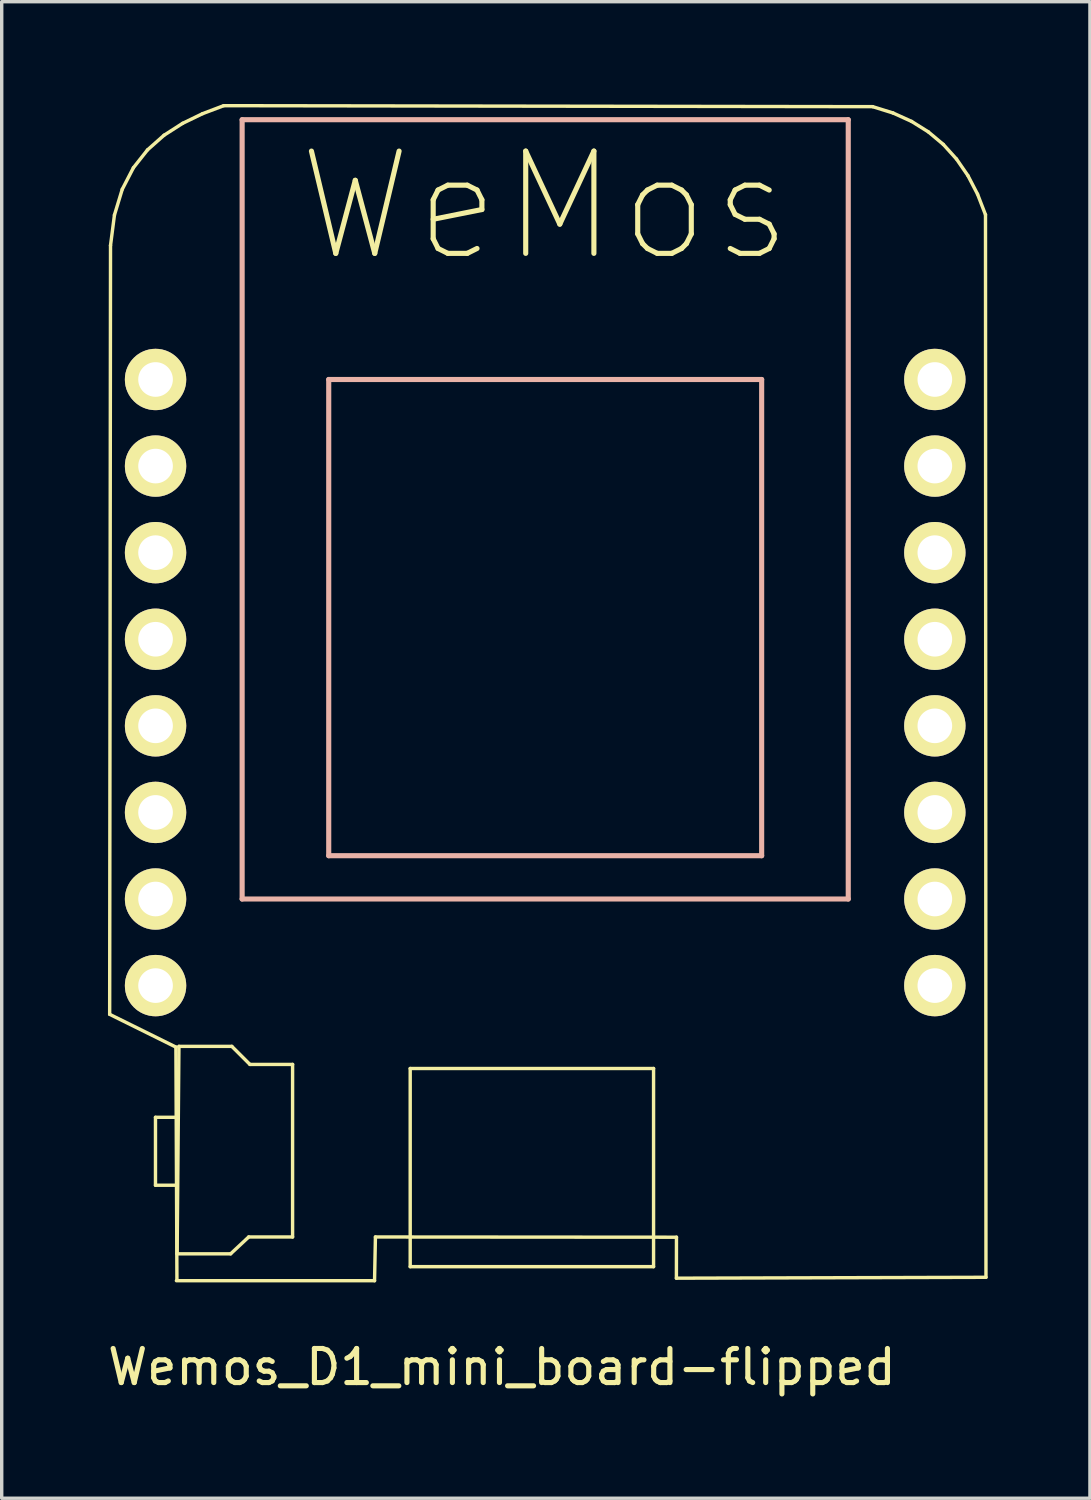
<source format=kicad_pcb>
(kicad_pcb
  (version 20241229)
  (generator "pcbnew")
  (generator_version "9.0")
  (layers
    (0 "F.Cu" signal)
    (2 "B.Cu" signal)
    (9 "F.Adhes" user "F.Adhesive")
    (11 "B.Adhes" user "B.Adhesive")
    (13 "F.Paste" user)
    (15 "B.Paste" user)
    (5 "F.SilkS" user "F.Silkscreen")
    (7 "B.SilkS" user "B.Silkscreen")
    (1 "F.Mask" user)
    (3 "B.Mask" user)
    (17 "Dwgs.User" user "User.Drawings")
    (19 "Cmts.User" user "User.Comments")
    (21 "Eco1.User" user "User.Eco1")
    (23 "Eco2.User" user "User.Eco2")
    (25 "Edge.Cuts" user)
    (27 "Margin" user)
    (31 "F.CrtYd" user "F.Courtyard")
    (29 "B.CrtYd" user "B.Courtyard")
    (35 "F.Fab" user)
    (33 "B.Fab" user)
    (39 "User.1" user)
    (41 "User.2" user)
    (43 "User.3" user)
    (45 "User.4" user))
  (footprint "Wemos_D1_mini_board-flipped"
    (layer "F.Cu")
    (at 11.749 15.245)
    (property "Reference" "Wemos_D1_mini_board-flipped" (at -0.076 21.807 0) (layer "F.SilkS") (effects (font (size 1 1) (thickness 0.15))))
    (attr through_hole)
    (fp_line (start -11.582 11.46) (end -9.639 12.421) (stroke (width 0.1) (type solid)) (layer "F.SilkS"))
    (fp_line (start -11.557 -11.095) (end -11.582 11.46) (stroke (width 0.1) (type solid)) (layer "F.SilkS"))
    (fp_line (start -11.442 -11.987) (end -11.557 -11.095) (stroke (width 0.1) (type solid)) (layer "F.SilkS"))
    (fp_line (start -11.213 -12.742) (end -11.442 -11.987) (stroke (width 0.1) (type solid)) (layer "F.SilkS"))
    (fp_line (start -10.886 -13.374) (end -11.213 -12.742) (stroke (width 0.1) (type solid)) (layer "F.SilkS"))
    (fp_line (start -10.473 -13.897) (end -10.886 -13.374) (stroke (width 0.1) (type solid)) (layer "F.SilkS"))
    (fp_line (start -10.238 14.481) (end -10.238 16.474) (stroke (width 0.1) (type solid)) (layer "F.SilkS"))
    (fp_line (start -10.238 16.474) (end -9.62 16.474) (stroke (width 0.1) (type solid)) (layer "F.SilkS"))
    (fp_line (start -9.988 -14.327) (end -10.473 -13.897) (stroke (width 0.1) (type solid)) (layer "F.SilkS"))
    (fp_line (start -9.639 12.421) (end -9.609 19.23) (stroke (width 0.1) (type solid)) (layer "F.SilkS"))
    (fp_line (start -9.624 19.274) (end -3.812 19.274) (stroke (width 0.1) (type solid)) (layer "F.SilkS"))
    (fp_line (start -9.603 18.485) (end -9.55 12.4) (stroke (width 0.1) (type solid)) (layer "F.SilkS"))
    (fp_line (start -9.585 14.481) (end -10.238 14.481) (stroke (width 0.1) (type solid)) (layer "F.SilkS"))
    (fp_line (start -9.55 12.4) (end -7.998 12.4) (stroke (width 0.1) (type solid)) (layer "F.SilkS"))
    (fp_line (start -9.444 -14.676) (end -9.988 -14.327) (stroke (width 0.1) (type solid)) (layer "F.SilkS"))
    (fp_line (start -8.856 -14.961) (end -9.444 -14.676) (stroke (width 0.1) (type solid)) (layer "F.SilkS"))
    (fp_line (start -8.237 -15.195) (end -8.856 -14.961) (stroke (width 0.1) (type solid)) (layer "F.SilkS"))
    (fp_line (start -8.033 18.485) (end -9.603 18.485) (stroke (width 0.1) (type solid)) (layer "F.SilkS"))
    (fp_line (start -7.998 12.4) (end -7.468 12.929) (stroke (width 0.1) (type solid)) (layer "F.SilkS"))
    (fp_line (start -7.504 17.991) (end -8.033 18.485) (stroke (width 0.1) (type solid)) (layer "F.SilkS"))
    (fp_line (start -7.468 12.929) (end -6.216 12.929) (stroke (width 0.1) (type solid)) (layer "F.SilkS"))
    (fp_line (start -6.216 12.929) (end -6.216 17.991) (stroke (width 0.1) (type solid)) (layer "F.SilkS"))
    (fp_line (start -6.216 17.991) (end -7.504 17.991) (stroke (width 0.1) (type solid)) (layer "F.SilkS"))
    (fp_line (start -3.812 19.274) (end -3.786 17.991) (stroke (width 0.1) (type solid)) (layer "F.SilkS"))
    (fp_line (start -3.786 17.991) (end 5.045 17.998) (stroke (width 0.1) (type solid)) (layer "F.SilkS"))
    (fp_line (start -2.766 13.049) (end -2.766 18.862) (stroke (width 0.1) (type solid)) (layer "F.SilkS"))
    (fp_line (start -2.766 18.862) (end 4.373 18.862) (stroke (width 0.1) (type solid)) (layer "F.SilkS"))
    (fp_line (start 4.373 13.049) (end -2.766 13.049) (stroke (width 0.1) (type solid)) (layer "F.SilkS"))
    (fp_line (start 4.373 18.862) (end 4.373 13.049) (stroke (width 0.1) (type solid)) (layer "F.SilkS"))
    (fp_line (start 5.043 19.2) (end 14.124 19.174) (stroke (width 0.1) (type solid)) (layer "F.SilkS"))
    (fp_line (start 5.045 17.998) (end 5.043 19.2) (stroke (width 0.1) (type solid)) (layer "F.SilkS"))
    (fp_line (start 10.801 -15.166) (end -8.237 -15.195) (stroke (width 0.1) (type solid)) (layer "F.SilkS"))
    (fp_line (start 11.399 -14.98) (end 10.801 -15.166) (stroke (width 0.1) (type solid)) (layer "F.SilkS"))
    (fp_line (start 11.943 -14.733) (end 11.399 -14.98) (stroke (width 0.1) (type solid)) (layer "F.SilkS"))
    (fp_line (start 12.434 -14.426) (end 11.943 -14.733) (stroke (width 0.1) (type solid)) (layer "F.SilkS"))
    (fp_line (start 12.873 -14.058) (end 12.434 -14.426) (stroke (width 0.1) (type solid)) (layer "F.SilkS"))
    (fp_line (start 13.259 -13.63) (end 12.873 -14.058) (stroke (width 0.1) (type solid)) (layer "F.SilkS"))
    (fp_line (start 13.594 -13.144) (end 13.259 -13.63) (stroke (width 0.1) (type solid)) (layer "F.SilkS"))
    (fp_line (start 13.877 -12.599) (end 13.594 -13.144) (stroke (width 0.1) (type solid)) (layer "F.SilkS"))
    (fp_line (start 14.11 -11.996) (end 13.877 -12.599) (stroke (width 0.1) (type solid)) (layer "F.SilkS"))
    (fp_line (start 14.124 19.174) (end 14.11 -11.996) (stroke (width 0.1) (type solid)) (layer "F.SilkS"))
    (fp_line (start -7.696 -14.783) (end 10.084 -14.783) (stroke (width 0.15) (type solid)) (layer "B.SilkS"))
    (fp_line (start -7.696 8.077) (end -7.696 -14.783) (stroke (width 0.15) (type solid)) (layer "B.SilkS"))
    (fp_line (start -5.156 -7.163) (end -5.156 6.807) (stroke (width 0.15) (type solid)) (layer "B.SilkS"))
    (fp_line (start -5.156 6.807) (end 7.544 6.807) (stroke (width 0.15) (type solid)) (layer "B.SilkS"))
    (fp_line (start 7.544 -7.163) (end -5.156 -7.163) (stroke (width 0.15) (type solid)) (layer "B.SilkS"))
    (fp_line (start 7.544 6.807) (end 7.544 -7.163) (stroke (width 0.15) (type solid)) (layer "B.SilkS"))
    (fp_line (start 10.084 -14.783) (end 10.084 8.077) (stroke (width 0.15) (type solid)) (layer "B.SilkS"))
    (fp_line (start 10.084 8.077) (end -7.696 8.077) (stroke (width 0.15) (type solid)) (layer "B.SilkS"))
    (fp_text user "WeMos" (at 1.194 -12.243 0) (layer "F.SilkS") (effects (font (size 3 3) (thickness 0.15))))
    (pad "1" thru_hole circle (at 12.624 10.617) (size 1.8 1.8) (drill 1.016) (layers "*.Cu" "*.Mask" "F.SilkS"))
    (pad "2" thru_hole circle (at 12.624 8.077) (size 1.8 1.8) (drill 1.016) (layers "*.Cu" "*.Mask" "F.SilkS"))
    (pad "3" thru_hole circle (at 12.624 5.537) (size 1.8 1.8) (drill 1.016) (layers "*.Cu" "*.Mask" "F.SilkS"))
    (pad "4" thru_hole circle (at 12.624 2.997) (size 1.8 1.8) (drill 1.016) (layers "*.Cu" "*.Mask" "F.SilkS"))
    (pad "5" thru_hole circle (at 12.624 0.457) (size 1.8 1.8) (drill 1.016) (layers "*.Cu" "*.Mask" "F.SilkS"))
    (pad "6" thru_hole circle (at 12.624 -2.083) (size 1.8 1.8) (drill 1.016) (layers "*.Cu" "*.Mask" "F.SilkS"))
    (pad "7" thru_hole circle (at 12.624 -4.623) (size 1.8 1.8) (drill 1.016) (layers "*.Cu" "*.Mask" "F.SilkS"))
    (pad "8" thru_hole circle (at 12.624 -7.163) (size 1.8 1.8) (drill 1.016) (layers "*.Cu" "*.Mask" "F.SilkS"))
    (pad "9" thru_hole circle (at -10.236 -7.163) (size 1.8 1.8) (drill 1.016) (layers "*.Cu" "*.Mask" "F.SilkS"))
    (pad "10" thru_hole circle (at -10.236 -4.623) (size 1.8 1.8) (drill 1.016) (layers "*.Cu" "*.Mask" "F.SilkS"))
    (pad "11" thru_hole circle (at -10.236 -2.083) (size 1.8 1.8) (drill 1.016) (layers "*.Cu" "*.Mask" "F.SilkS"))
    (pad "12" thru_hole circle (at -10.236 0.457) (size 1.8 1.8) (drill 1.016) (layers "*.Cu" "*.Mask" "F.SilkS"))
    (pad "13" thru_hole circle (at -10.236 2.997) (size 1.8 1.8) (drill 1.016) (layers "*.Cu" "*.Mask" "F.SilkS"))
    (pad "14" thru_hole circle (at -10.236 5.537) (size 1.8 1.8) (drill 1.016) (layers "*.Cu" "*.Mask" "F.SilkS"))
    (pad "15" thru_hole circle (at -10.236 8.077) (size 1.8 1.8) (drill 1.016) (layers "*.Cu" "*.Mask" "F.SilkS"))
    (pad "16" thru_hole circle (at -10.236 10.617) (size 1.8 1.8) (drill 1.016) (layers "*.Cu" "*.Mask" "F.SilkS")))
  (gr_rect
    (start -3 -3)
    (end 28.923 40.9)
    (stroke (width 0.1) (type default))
    (fill no)
    (layer "Edge.Cuts")))
</source>
